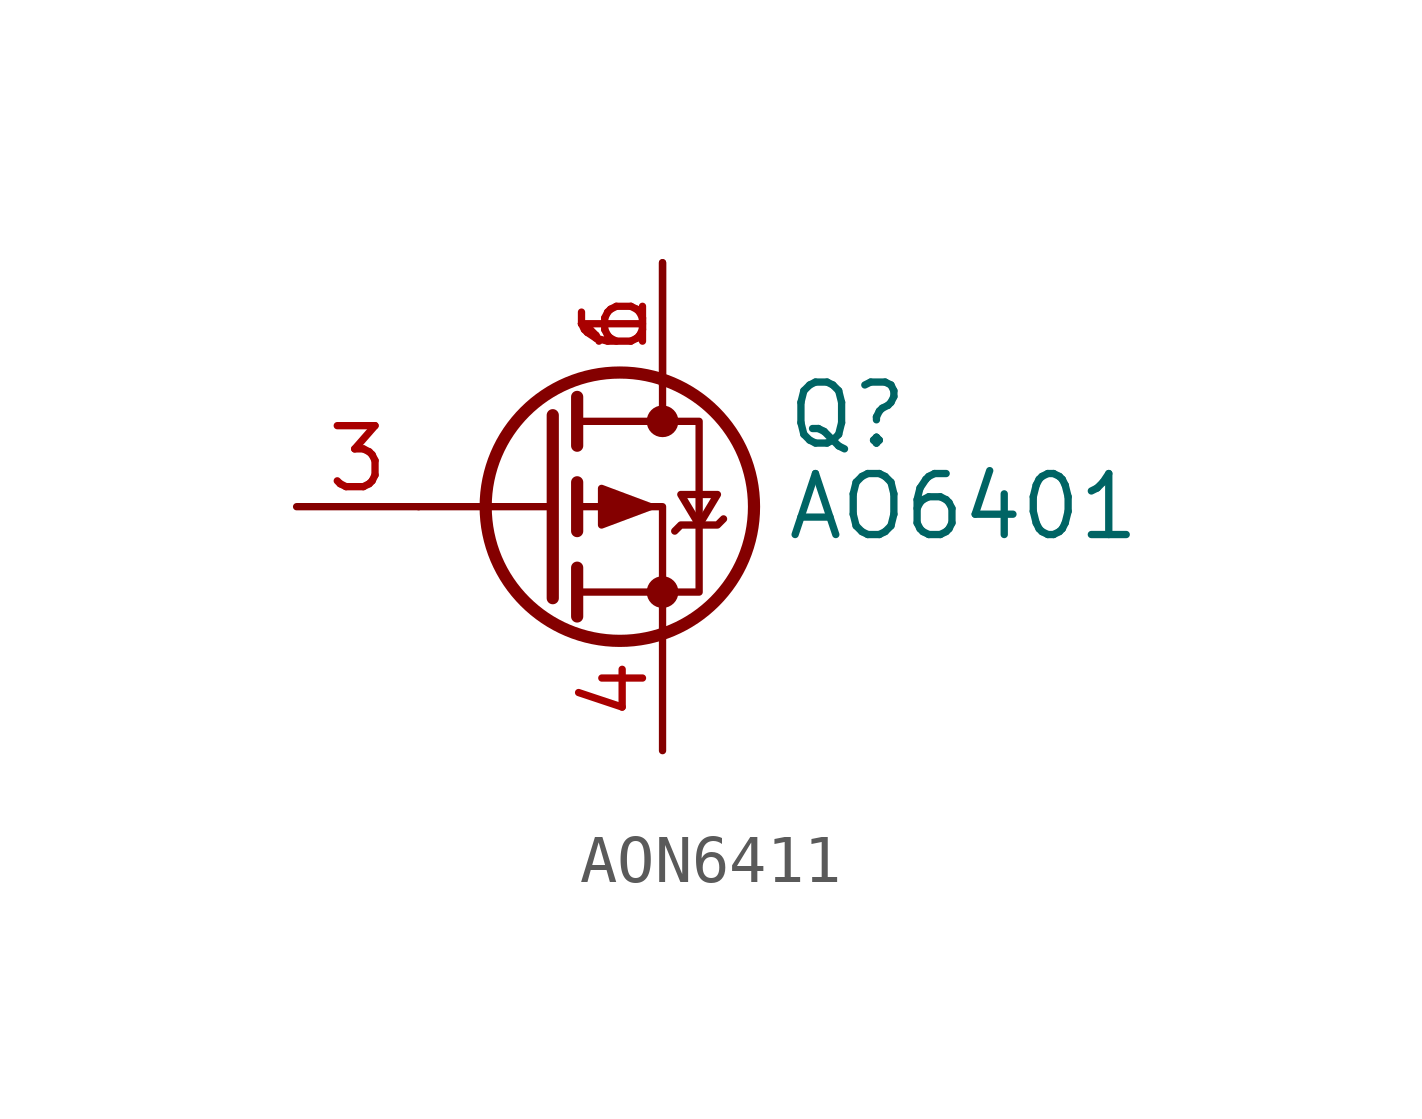
<source format=kicad_sym>
(kicad_symbol_lib
  (version 20220914)
  (generator kicad_symbol_editor)
  (symbol "AON6411"
    (pin_names hide)
    (property "Reference" "Q"
      (at 5.08 1.905 0)
      (effects (font (size 1.27 1.27)) (justify left)))
    (property "Value" "AO6401"
      (at 5.08 0 0)
      (effects (font (size 1.27 1.27)) (justify left)))
    (symbol "AON6411_0_1"
      (polyline (pts (xy 0.254 0) (xy -2.54 0)) (stroke (width 0) (type default)) (fill (type none)))
      (polyline (pts (xy 0.254 1.905) (xy 0.254 -1.905)) (stroke (width 0.254) (type default)) (fill (type none)))
      (polyline (pts (xy 0.762 -1.27) (xy 0.762 -2.286)) (stroke (width 0.254) (type default)) (fill (type none)))
      (polyline (pts (xy 0.762 0.508) (xy 0.762 -0.508)) (stroke (width 0.254) (type default)) (fill (type none)))
      (polyline (pts (xy 0.762 2.286) (xy 0.762 1.27)) (stroke (width 0.254) (type default)) (fill (type none)))
      (polyline (pts (xy 2.54 2.54) (xy 2.54 1.778)) (stroke (width 0) (type default)) (fill (type none)))
      (polyline (pts (xy 2.54 -2.54) (xy 2.54 0) (xy 0.762 0)) (stroke (width 0) (type default)) (fill (type none)))
      (polyline (pts (xy 0.762 1.778) (xy 3.302 1.778) (xy 3.302 -1.778) (xy 0.762 -1.778)) (stroke (width 0) (type default)) (fill (type none)))
      (polyline (pts (xy 2.286 0) (xy 1.27 0.381) (xy 1.27 -0.381) (xy 2.286 0)) (stroke (width 0) (type default)) (fill (type outline)))
      (polyline (pts (xy 2.794 -0.508) (xy 2.921 -0.381) (xy 3.683 -0.381) (xy 3.81 -0.254)) (stroke (width 0) (type default)) (fill (type none)))
      (polyline (pts (xy 3.302 -0.381) (xy 2.921 0.254) (xy 3.683 0.254) (xy 3.302 -0.381)) (stroke (width 0) (type default)) (fill (type none)))
      (circle (center 1.651 0) (radius 2.794) (stroke (width 0.254) (type default)) (fill (type none)))
      (circle (center 2.54 -1.778) (radius 0.254) (stroke (width 0) (type default)) (fill (type outline)))
      (circle (center 2.54 1.778) (radius 0.254) (stroke (width 0) (type default)) (fill (type outline))))
    (symbol "AON6411_1_1"
      (pin passive line (at 2.54 5.08 270) (length 2.54) (name "D" (effects (font (size 1.27 1.27)))) (number "1" (effects (font (size 1.27 1.27)))))
      (pin passive line (at 2.54 5.08 270) (length 2.54) hide (name "D" (effects (font (size 1.27 1.27)))) (number "2" (effects (font (size 1.27 1.27)))))
      (pin passive line (at 2.54 5.08 270) (length 2.54) hide (name "D" (effects (font (size 1.27 1.27)))) (number "5" (effects (font (size 1.27 1.27)))))
      (pin input line (at -5.08 0 0) (length 2.54) (name "G" (effects (font (size 1.27 1.27)))) (number "3" (effects (font (size 1.27 1.27)))))
      (pin passive line (at 2.54 -5.08 90) (length 2.54) (name "S" (effects (font (size 1.27 1.27)))) (number "4" (effects (font (size 1.27 1.27)))))
      (pin passive line (at 2.54 5.08 270) (length 2.54) (name "D" (effects (font (size 1.27 1.27)))) (number "6" (effects (font (size 1.27 1.27))))))))
</source>
